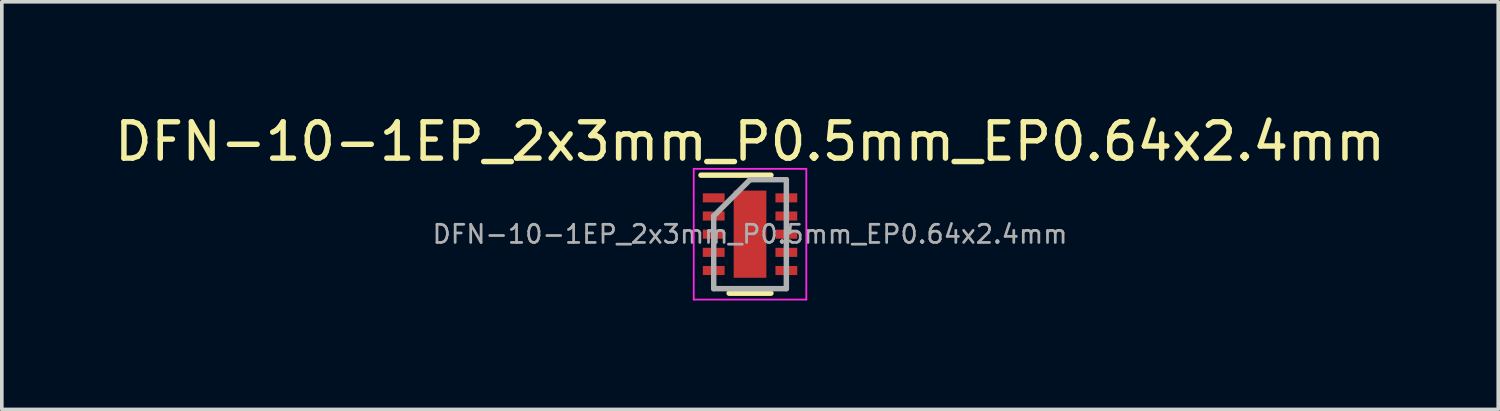
<source format=kicad_pcb>
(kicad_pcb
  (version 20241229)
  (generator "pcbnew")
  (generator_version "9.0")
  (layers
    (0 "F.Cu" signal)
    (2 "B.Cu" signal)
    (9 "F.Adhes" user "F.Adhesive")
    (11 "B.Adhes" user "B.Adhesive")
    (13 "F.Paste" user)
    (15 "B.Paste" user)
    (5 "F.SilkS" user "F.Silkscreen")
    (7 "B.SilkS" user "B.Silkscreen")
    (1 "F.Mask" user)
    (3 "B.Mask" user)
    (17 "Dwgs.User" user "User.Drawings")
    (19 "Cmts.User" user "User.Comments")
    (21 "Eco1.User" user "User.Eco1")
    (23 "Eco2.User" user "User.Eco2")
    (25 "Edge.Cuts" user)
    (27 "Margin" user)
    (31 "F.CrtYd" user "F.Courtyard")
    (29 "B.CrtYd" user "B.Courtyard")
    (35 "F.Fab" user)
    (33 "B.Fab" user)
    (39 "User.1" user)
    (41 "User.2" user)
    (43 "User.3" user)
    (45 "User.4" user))
  (footprint "DFN-10-1EP_2x3mm_P0.5mm_EP0.64x2.4mm"
    (layer "F.Cu")
    (at 17.601 3.398)
    (property "Reference" "DFN-10-1EP_2x3mm_P0.5mm_EP0.64x2.4mm" (at 0 -2.55 0) (layer "F.SilkS") (effects (font (size 1 1) (thickness 0.15))))
    (attr smd)
    (fp_line (start -1.35 -1.625) (end 0.575 -1.625) (stroke (width 0.15) (type solid)) (layer "F.SilkS"))
    (fp_line (start -0.575 1.625) (end 0.575 1.625) (stroke (width 0.15) (type solid)) (layer "F.SilkS"))
    (fp_line (start -1.55 -1.8) (end -1.55 1.8) (stroke (width 0.05) (type solid)) (layer "F.CrtYd"))
    (fp_line (start -1.55 -1.8) (end 1.55 -1.8) (stroke (width 0.05) (type solid)) (layer "F.CrtYd"))
    (fp_line (start -1.55 1.8) (end 1.55 1.8) (stroke (width 0.05) (type solid)) (layer "F.CrtYd"))
    (fp_line (start 1.55 -1.8) (end 1.55 1.8) (stroke (width 0.05) (type solid)) (layer "F.CrtYd"))
    (fp_line (start -1 -0.5) (end 0 -1.5) (stroke (width 0.15) (type solid)) (layer "F.Fab"))
    (fp_line (start -1 1.5) (end -1 -0.5) (stroke (width 0.15) (type solid)) (layer "F.Fab"))
    (fp_line (start 0 -1.5) (end 1 -1.5) (stroke (width 0.15) (type solid)) (layer "F.Fab"))
    (fp_line (start 1 -1.5) (end 1 1.5) (stroke (width 0.15) (type solid)) (layer "F.Fab"))
    (fp_line (start 1 1.5) (end -1 1.5) (stroke (width 0.15) (type solid)) (layer "F.Fab"))
    (fp_text user "${REFERENCE}" (at 0 0 0) (layer "F.Fab") (effects (font (size 0.5 0.5) (thickness 0.075))))
    (pad "" smd rect (at 0 -0.6) (size 0.7 1) (layers "F.Paste"))
    (pad "" smd rect (at 0 0.6) (size 0.7 1) (layers "F.Paste"))
    (pad "1" smd rect (at -1 -1) (size 0.6 0.25) (layers "F.Cu" "F.Mask" "F.Paste"))
    (pad "2" smd rect (at -1 -0.5) (size 0.6 0.25) (layers "F.Cu" "F.Mask" "F.Paste"))
    (pad "3" smd rect (at -1 0) (size 0.6 0.25) (layers "F.Cu" "F.Mask" "F.Paste"))
    (pad "4" smd rect (at -1 0.5) (size 0.6 0.25) (layers "F.Cu" "F.Mask" "F.Paste"))
    (pad "5" smd rect (at -1 1) (size 0.6 0.25) (layers "F.Cu" "F.Mask" "F.Paste"))
    (pad "6" smd rect (at 1 1) (size 0.6 0.25) (layers "F.Cu" "F.Mask" "F.Paste"))
    (pad "7" smd rect (at 1 0.5) (size 0.6 0.25) (layers "F.Cu" "F.Mask" "F.Paste"))
    (pad "8" smd rect (at 1 0) (size 0.6 0.25) (layers "F.Cu" "F.Mask" "F.Paste"))
    (pad "9" smd rect (at 1 -0.5) (size 0.6 0.25) (layers "F.Cu" "F.Mask" "F.Paste"))
    (pad "10" smd rect (at 1 -1) (size 0.6 0.25) (layers "F.Cu" "F.Mask" "F.Paste"))
    (pad "11" smd rect (at 0 0) (size 0.9 2.4) (layers "F.Cu" "F.Mask")))
  (gr_rect
    (start -3 -3)
    (end 38.202 8.223)
    (stroke (width 0.1) (type default))
    (fill no)
    (layer "Edge.Cuts")))
</source>
